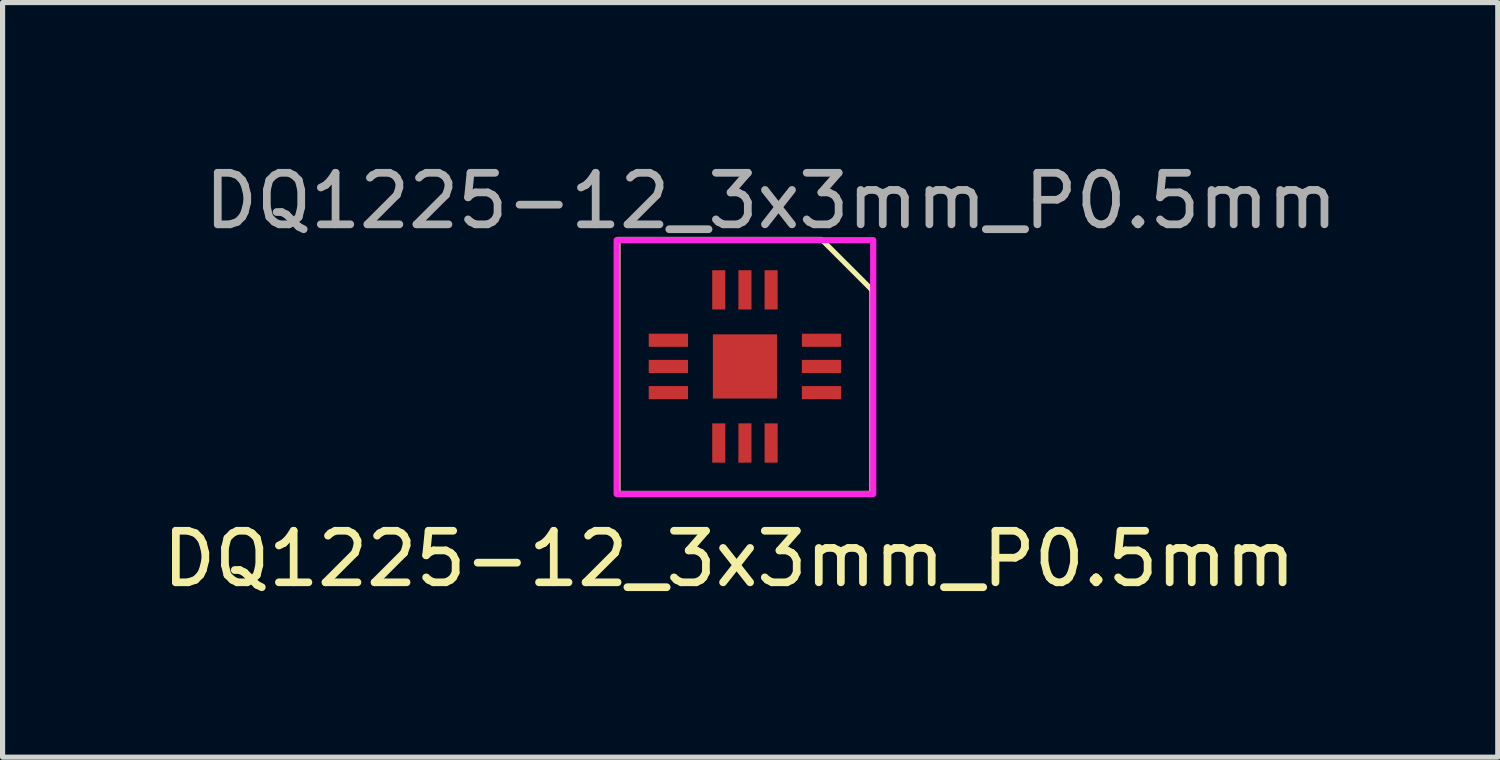
<source format=kicad_pcb>
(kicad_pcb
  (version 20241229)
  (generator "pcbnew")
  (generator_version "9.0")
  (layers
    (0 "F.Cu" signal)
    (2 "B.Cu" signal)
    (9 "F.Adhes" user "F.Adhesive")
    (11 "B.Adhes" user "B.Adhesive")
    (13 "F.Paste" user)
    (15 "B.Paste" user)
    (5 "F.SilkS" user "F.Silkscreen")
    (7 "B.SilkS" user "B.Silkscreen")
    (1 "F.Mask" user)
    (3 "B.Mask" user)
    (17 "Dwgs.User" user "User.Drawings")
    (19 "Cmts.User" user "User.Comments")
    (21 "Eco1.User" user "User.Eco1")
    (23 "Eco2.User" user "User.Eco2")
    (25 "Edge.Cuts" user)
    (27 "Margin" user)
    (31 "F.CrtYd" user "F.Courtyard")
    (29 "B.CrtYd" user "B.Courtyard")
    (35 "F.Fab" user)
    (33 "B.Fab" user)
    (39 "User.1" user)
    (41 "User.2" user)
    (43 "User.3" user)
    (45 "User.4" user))
  (footprint "DQ1225-12_3x3mm_P0.5mm"
    (layer "F.Cu")
    (at 11.914 2.575)
    (property "Reference" "DQ1225-12_3x3mm_P0.5mm" (at -0.813 5.22 0) (layer "F.SilkS") (effects (font (size 1 1) (thickness 0.15))))
    (attr smd)
    (fp_line (start -2.972 -0.978) (end -2.972 3.95) (stroke (width 0.1) (type solid)) (layer "F.SilkS"))
    (fp_line (start -2.972 -0.978) (end 0.978 -0.978) (stroke (width 0.1) (type solid)) (layer "F.SilkS"))
    (fp_line (start 1.956 0) (end 0.978 -0.978) (stroke (width 0.1) (type solid)) (layer "F.SilkS"))
    (fp_line (start 1.956 0) (end 1.956 3.95) (stroke (width 0.1) (type solid)) (layer "F.SilkS"))
    (fp_line (start 1.956 3.95) (end -2.972 3.95) (stroke (width 0.1) (type solid)) (layer "F.SilkS"))
    (fp_rect (start -2.997 -0.965) (end 1.981 3.962) (stroke (width 0.12) (type solid)) (fill no) (layer "F.CrtYd"))
    (fp_text user "${REFERENCE}" (at 0 -1.727 0) (layer "F.Fab") (effects (font (size 1 1) (thickness 0.15))))
    (pad "0" smd rect (at -0.508 1.486) (size 1.245 1.245) (layers "F.Cu" "F.Mask" "F.Paste"))
    (pad "1" smd rect (at 0 0) (size 0.254 0.762) (layers "F.Cu" "F.Mask" "F.Paste"))
    (pad "2" smd rect (at -0.508 0) (size 0.254 0.762) (layers "F.Cu" "F.Mask" "F.Paste"))
    (pad "3" smd rect (at -1.016 0) (size 0.254 0.762) (layers "F.Cu" "F.Mask" "F.Paste"))
    (pad "4" smd rect (at -1.994 0.978) (size 0.762 0.254) (layers "F.Cu" "F.Mask" "F.Paste"))
    (pad "5" smd rect (at -1.994 1.486) (size 0.762 0.254) (layers "F.Cu" "F.Mask" "F.Paste"))
    (pad "6" smd rect (at -1.994 1.994) (size 0.762 0.254) (layers "F.Cu" "F.Mask" "F.Paste"))
    (pad "7" smd rect (at -1.016 2.972) (size 0.254 0.762) (layers "F.Cu" "F.Mask" "F.Paste"))
    (pad "8" smd rect (at -0.508 2.972) (size 0.254 0.762) (layers "F.Cu" "F.Mask" "F.Paste"))
    (pad "9" smd rect (at 0 2.972) (size 0.254 0.762) (layers "F.Cu" "F.Mask" "F.Paste"))
    (pad "10" smd rect (at 0.978 1.994) (size 0.762 0.254) (layers "F.Cu" "F.Mask" "F.Paste"))
    (pad "11" smd rect (at 0.978 1.486) (size 0.762 0.254) (layers "F.Cu" "F.Mask" "F.Paste"))
    (pad "12" smd rect (at 0.978 0.978) (size 0.762 0.254) (layers "F.Cu" "F.Mask" "F.Paste")))
  (gr_rect
    (start -3 -3)
    (end 26.015 11.643)
    (stroke (width 0.1) (type default))
    (fill no)
    (layer "Edge.Cuts")))
</source>
